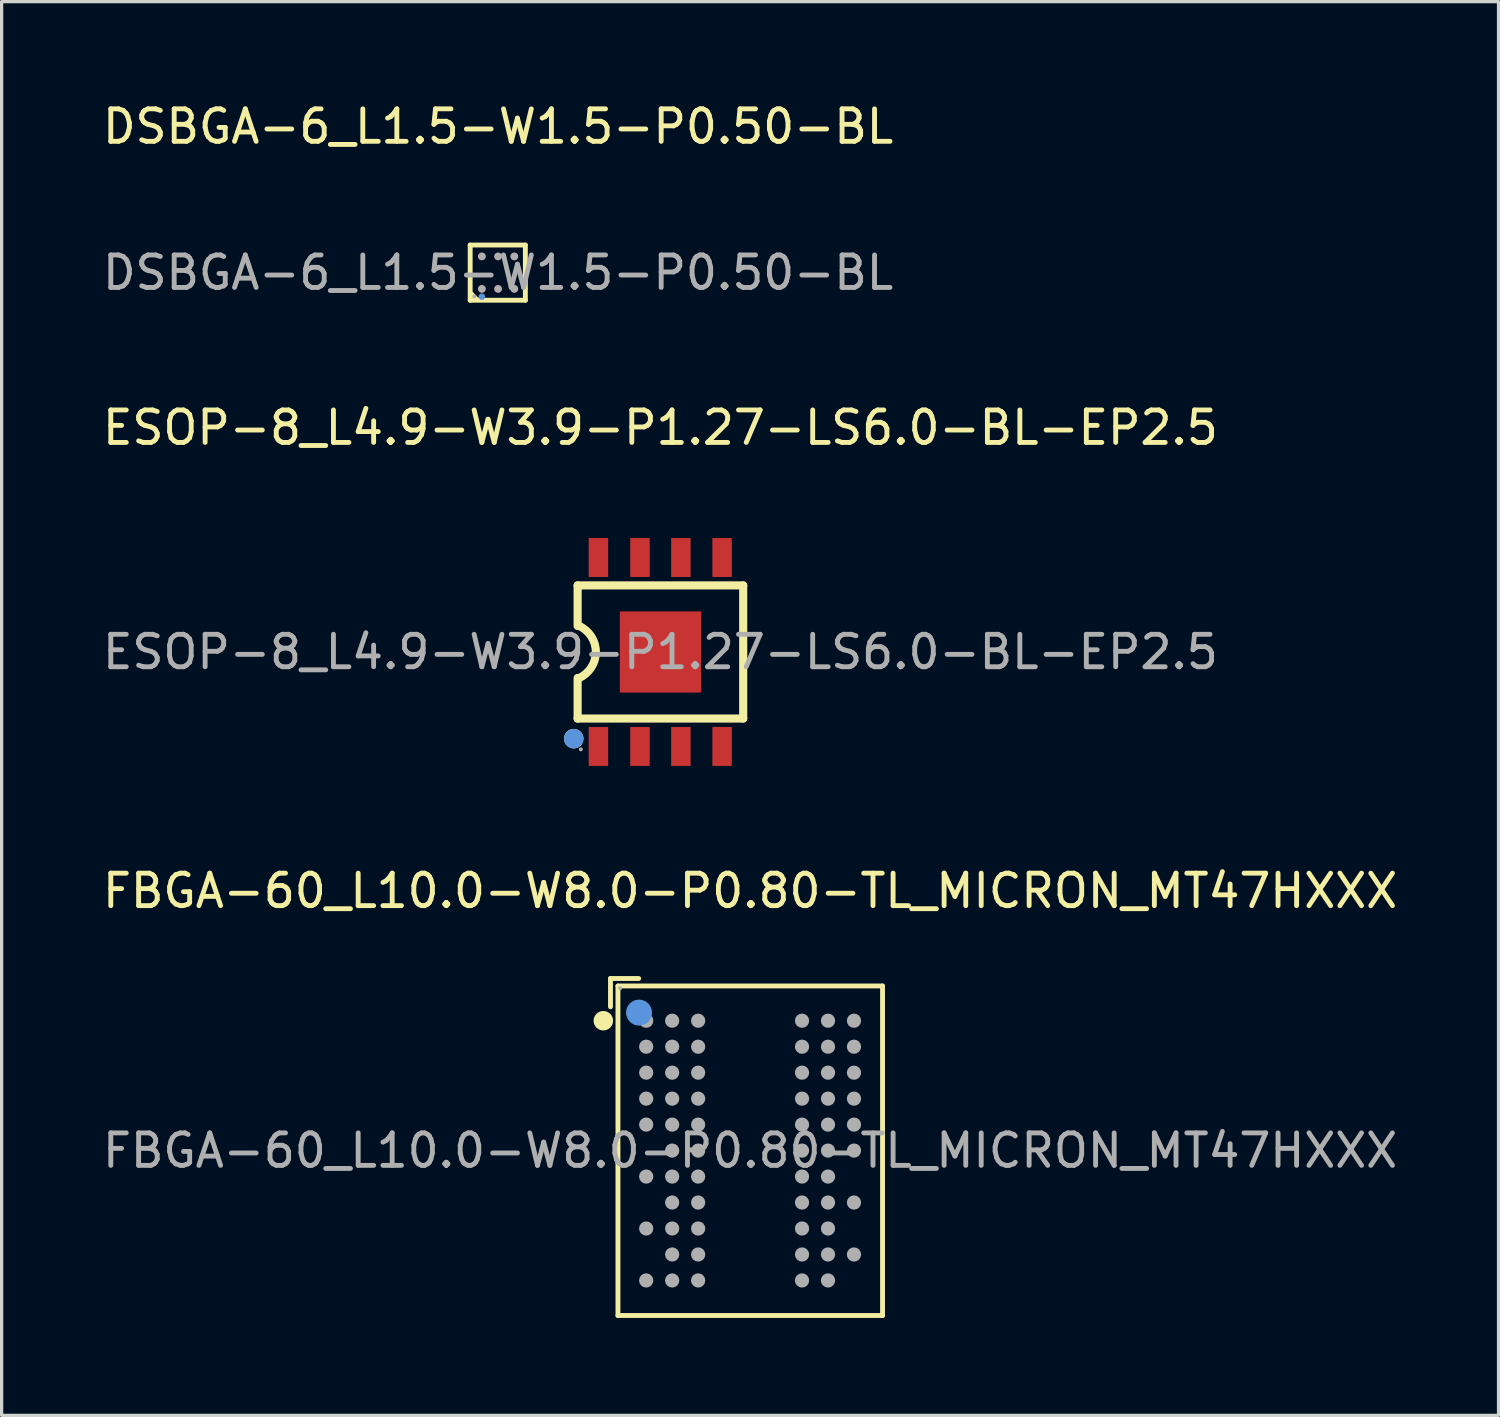
<source format=kicad_pcb>
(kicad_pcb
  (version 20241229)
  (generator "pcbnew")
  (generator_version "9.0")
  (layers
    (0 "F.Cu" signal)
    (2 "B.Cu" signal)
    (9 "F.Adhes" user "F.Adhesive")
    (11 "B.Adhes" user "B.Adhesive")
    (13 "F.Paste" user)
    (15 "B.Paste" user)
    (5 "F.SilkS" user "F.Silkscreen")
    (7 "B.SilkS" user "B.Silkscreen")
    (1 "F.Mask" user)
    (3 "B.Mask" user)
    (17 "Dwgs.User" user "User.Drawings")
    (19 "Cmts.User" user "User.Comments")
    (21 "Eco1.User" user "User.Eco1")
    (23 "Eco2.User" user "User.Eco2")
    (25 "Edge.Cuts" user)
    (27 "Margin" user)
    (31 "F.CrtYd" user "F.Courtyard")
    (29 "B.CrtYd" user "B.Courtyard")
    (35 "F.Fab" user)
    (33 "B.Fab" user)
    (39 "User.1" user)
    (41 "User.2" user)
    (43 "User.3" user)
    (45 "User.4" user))
  (footprint "ESOP-8_L4.9-W3.9-P1.27-LS6.0-BL-EP2.5"
    (layer "F.Cu")
    (at 17.292 17.032)
    (property "Reference" "ESOP-8_L4.9-W3.9-P1.27-LS6.0-BL-EP2.5" (at 0 -6.91 0) (layer "F.SilkS") (effects (font (size 1 1) (thickness 0.15))))
    (attr smd)
    (fp_line (start -2.55 -2.05) (end 2.55 -2.05) (stroke (width 0.25) (type solid)) (layer "F.SilkS"))
    (fp_line (start -2.55 -0.8) (end -2.55 -2.05) (stroke (width 0.25) (type solid)) (layer "F.SilkS"))
    (fp_line (start -2.55 0.8) (end -2.55 2.05) (stroke (width 0.25) (type solid)) (layer "F.SilkS"))
    (fp_line (start 2.55 -2.05) (end 2.55 2.05) (stroke (width 0.25) (type solid)) (layer "F.SilkS"))
    (fp_line (start 2.55 2.05) (end -2.55 2.05) (stroke (width 0.25) (type solid)) (layer "F.SilkS"))
    (fp_arc (start -2.505609 -0.80257) (mid -1.988586 -0.003085) (end -2.5 0.8) (stroke (width 0.25) (type solid)) (layer "F.SilkS"))
    (fp_circle (center -2.67 2.67) (end -2.52 2.67) (stroke (width 0.3) (type solid)) (fill no) (layer "F.SilkS"))
    (fp_circle (center -2.67 2.67) (end -2.52 2.67) (stroke (width 0.3) (type solid)) (fill no) (layer "Cmts.User"))
    (fp_circle (center -2.45 3) (end -2.42 3) (stroke (width 0.06) (type solid)) (fill no) (layer "F.Fab"))
    (fp_text user "${REFERENCE}" (at 0 0 0) (layer "F.Fab") (effects (font (size 1 1) (thickness 0.15))))
    (pad "1" smd rect (at -1.91 2.91) (size 0.6 1.2) (layers "F.Cu" "F.Mask" "F.Paste"))
    (pad "2" smd rect (at -0.63 2.91) (size 0.6 1.2) (layers "F.Cu" "F.Mask" "F.Paste"))
    (pad "3" smd rect (at 0.63 2.91) (size 0.6 1.2) (layers "F.Cu" "F.Mask" "F.Paste"))
    (pad "4" smd rect (at 1.9 2.91) (size 0.6 1.2) (layers "F.Cu" "F.Mask" "F.Paste"))
    (pad "5" smd rect (at 1.9 -2.91) (size 0.6 1.2) (layers "F.Cu" "F.Mask" "F.Paste"))
    (pad "6" smd rect (at 0.63 -2.91) (size 0.6 1.2) (layers "F.Cu" "F.Mask" "F.Paste"))
    (pad "7" smd rect (at -0.63 -2.91) (size 0.6 1.2) (layers "F.Cu" "F.Mask" "F.Paste"))
    (pad "8" smd rect (at -1.91 -2.91) (size 0.6 1.2) (layers "F.Cu" "F.Mask" "F.Paste"))
    (pad "9" smd rect (at 0 0 180) (size 2.5 2.5) (layers "F.Cu" "F.Mask" "F.Paste")))
  (footprint "FBGA-60_L10.0-W8.0-P0.80-TL_MICRON_MT47HXXX"
    (layer "F.Cu")
    (at 20.054 32.39)
    (property "Reference" "FBGA-60_L10.0-W8.0-P0.80-TL_MICRON_MT47HXXX" (at 0 -8 0) (layer "F.SilkS") (effects (font (size 1 1) (thickness 0.15))))
    (attr smd)
    (fp_line (start -4.3 -5.3) (end -4.3 -4.43) (stroke (width 0.15) (type solid)) (layer "F.SilkS"))
    (fp_line (start -4.07 -5.07) (end 4.08 -5.07) (stroke (width 0.15) (type solid)) (layer "F.SilkS"))
    (fp_line (start -4.07 5.08) (end -4.07 -5.07) (stroke (width 0.15) (type solid)) (layer "F.SilkS"))
    (fp_line (start -3.43 -5.3) (end -4.3 -5.3) (stroke (width 0.15) (type solid)) (layer "F.SilkS"))
    (fp_line (start 4.08 -5.07) (end 4.08 5.08) (stroke (width 0.15) (type solid)) (layer "F.SilkS"))
    (fp_line (start 4.08 5.08) (end -4.07 5.08) (stroke (width 0.15) (type solid)) (layer "F.SilkS"))
    (fp_circle (center -4.52 -4) (end -4.37 -4) (stroke (width 0.3) (type solid)) (fill no) (layer "F.SilkS"))
    (fp_circle (center -3.42 -4.25) (end -3.22 -4.25) (stroke (width 0.4) (type solid)) (fill no) (layer "Cmts.User"))
    (fp_circle (center -4 -5) (end -3.97 -5) (stroke (width 0.06) (type solid)) (fill no) (layer "F.Fab"))
    (fp_circle (center -3.2 -4) (end -3.09 -4) (stroke (width 0.22) (type solid)) (fill no) (layer "F.Fab"))
    (fp_circle (center -3.2 -3.2) (end -3.09 -3.2) (stroke (width 0.22) (type solid)) (fill no) (layer "F.Fab"))
    (fp_circle (center -3.2 -2.4) (end -3.09 -2.4) (stroke (width 0.22) (type solid)) (fill no) (layer "F.Fab"))
    (fp_circle (center -3.2 -1.6) (end -3.09 -1.6) (stroke (width 0.22) (type solid)) (fill no) (layer "F.Fab"))
    (fp_circle (center -3.2 -0.8) (end -3.09 -0.8) (stroke (width 0.22) (type solid)) (fill no) (layer "F.Fab"))
    (fp_circle (center -3.2 0.8) (end -3.09 0.8) (stroke (width 0.22) (type solid)) (fill no) (layer "F.Fab"))
    (fp_circle (center -3.2 2.4) (end -3.09 2.4) (stroke (width 0.22) (type solid)) (fill no) (layer "F.Fab"))
    (fp_circle (center -3.2 4) (end -3.09 4) (stroke (width 0.22) (type solid)) (fill no) (layer "F.Fab"))
    (fp_circle (center -2.4 -4) (end -2.29 -4) (stroke (width 0.22) (type solid)) (fill no) (layer "F.Fab"))
    (fp_circle (center -2.4 -3.2) (end -2.29 -3.2) (stroke (width 0.22) (type solid)) (fill no) (layer "F.Fab"))
    (fp_circle (center -2.4 -2.4) (end -2.29 -2.4) (stroke (width 0.22) (type solid)) (fill no) (layer "F.Fab"))
    (fp_circle (center -2.4 -1.6) (end -2.29 -1.6) (stroke (width 0.22) (type solid)) (fill no) (layer "F.Fab"))
    (fp_circle (center -2.4 -0.8) (end -2.29 -0.8) (stroke (width 0.22) (type solid)) (fill no) (layer "F.Fab"))
    (fp_circle (center -2.4 0) (end -2.29 0) (stroke (width 0.22) (type solid)) (fill no) (layer "F.Fab"))
    (fp_circle (center -2.4 0.8) (end -2.29 0.8) (stroke (width 0.22) (type solid)) (fill no) (layer "F.Fab"))
    (fp_circle (center -2.4 1.6) (end -2.29 1.6) (stroke (width 0.22) (type solid)) (fill no) (layer "F.Fab"))
    (fp_circle (center -2.4 2.4) (end -2.29 2.4) (stroke (width 0.22) (type solid)) (fill no) (layer "F.Fab"))
    (fp_circle (center -2.4 3.2) (end -2.29 3.2) (stroke (width 0.22) (type solid)) (fill no) (layer "F.Fab"))
    (fp_circle (center -2.4 4) (end -2.29 4) (stroke (width 0.22) (type solid)) (fill no) (layer "F.Fab"))
    (fp_circle (center -1.6 -4) (end -1.49 -4) (stroke (width 0.22) (type solid)) (fill no) (layer "F.Fab"))
    (fp_circle (center -1.6 -3.2) (end -1.49 -3.2) (stroke (width 0.22) (type solid)) (fill no) (layer "F.Fab"))
    (fp_circle (center -1.6 -2.4) (end -1.49 -2.4) (stroke (width 0.22) (type solid)) (fill no) (layer "F.Fab"))
    (fp_circle (center -1.6 -1.6) (end -1.49 -1.6) (stroke (width 0.22) (type solid)) (fill no) (layer "F.Fab"))
    (fp_circle (center -1.6 -0.8) (end -1.49 -0.8) (stroke (width 0.22) (type solid)) (fill no) (layer "F.Fab"))
    (fp_circle (center -1.6 0) (end -1.49 0) (stroke (width 0.22) (type solid)) (fill no) (layer "F.Fab"))
    (fp_circle (center -1.6 0.8) (end -1.49 0.8) (stroke (width 0.22) (type solid)) (fill no) (layer "F.Fab"))
    (fp_circle (center -1.6 1.6) (end -1.49 1.6) (stroke (width 0.22) (type solid)) (fill no) (layer "F.Fab"))
    (fp_circle (center -1.6 2.4) (end -1.49 2.4) (stroke (width 0.22) (type solid)) (fill no) (layer "F.Fab"))
    (fp_circle (center -1.6 3.2) (end -1.49 3.2) (stroke (width 0.22) (type solid)) (fill no) (layer "F.Fab"))
    (fp_circle (center -1.6 4) (end -1.49 4) (stroke (width 0.22) (type solid)) (fill no) (layer "F.Fab"))
    (fp_circle (center 1.6 -4) (end 1.71 -4) (stroke (width 0.22) (type solid)) (fill no) (layer "F.Fab"))
    (fp_circle (center 1.6 -3.2) (end 1.71 -3.2) (stroke (width 0.22) (type solid)) (fill no) (layer "F.Fab"))
    (fp_circle (center 1.6 -2.4) (end 1.71 -2.4) (stroke (width 0.22) (type solid)) (fill no) (layer "F.Fab"))
    (fp_circle (center 1.6 -1.6) (end 1.71 -1.6) (stroke (width 0.22) (type solid)) (fill no) (layer "F.Fab"))
    (fp_circle (center 1.6 -0.8) (end 1.71 -0.8) (stroke (width 0.22) (type solid)) (fill no) (layer "F.Fab"))
    (fp_circle (center 1.6 0) (end 1.71 0) (stroke (width 0.22) (type solid)) (fill no) (layer "F.Fab"))
    (fp_circle (center 1.6 0.8) (end 1.71 0.8) (stroke (width 0.22) (type solid)) (fill no) (layer "F.Fab"))
    (fp_circle (center 1.6 1.6) (end 1.71 1.6) (stroke (width 0.22) (type solid)) (fill no) (layer "F.Fab"))
    (fp_circle (center 1.6 2.4) (end 1.71 2.4) (stroke (width 0.22) (type solid)) (fill no) (layer "F.Fab"))
    (fp_circle (center 1.6 3.2) (end 1.71 3.2) (stroke (width 0.22) (type solid)) (fill no) (layer "F.Fab"))
    (fp_circle (center 1.6 4) (end 1.71 4) (stroke (width 0.22) (type solid)) (fill no) (layer "F.Fab"))
    (fp_circle (center 2.4 -4) (end 2.51 -4) (stroke (width 0.22) (type solid)) (fill no) (layer "F.Fab"))
    (fp_circle (center 2.4 -3.2) (end 2.51 -3.2) (stroke (width 0.22) (type solid)) (fill no) (layer "F.Fab"))
    (fp_circle (center 2.4 -2.4) (end 2.51 -2.4) (stroke (width 0.22) (type solid)) (fill no) (layer "F.Fab"))
    (fp_circle (center 2.4 -1.6) (end 2.51 -1.6) (stroke (width 0.22) (type solid)) (fill no) (layer "F.Fab"))
    (fp_circle (center 2.4 -0.8) (end 2.51 -0.8) (stroke (width 0.22) (type solid)) (fill no) (layer "F.Fab"))
    (fp_circle (center 2.4 0) (end 2.51 0) (stroke (width 0.22) (type solid)) (fill no) (layer "F.Fab"))
    (fp_circle (center 2.4 0.8) (end 2.51 0.8) (stroke (width 0.22) (type solid)) (fill no) (layer "F.Fab"))
    (fp_circle (center 2.4 1.6) (end 2.51 1.6) (stroke (width 0.22) (type solid)) (fill no) (layer "F.Fab"))
    (fp_circle (center 2.4 2.4) (end 2.51 2.4) (stroke (width 0.22) (type solid)) (fill no) (layer "F.Fab"))
    (fp_circle (center 2.4 3.2) (end 2.51 3.2) (stroke (width 0.22) (type solid)) (fill no) (layer "F.Fab"))
    (fp_circle (center 2.4 4) (end 2.51 4) (stroke (width 0.22) (type solid)) (fill no) (layer "F.Fab"))
    (fp_circle (center 3.2 -4) (end 3.31 -4) (stroke (width 0.22) (type solid)) (fill no) (layer "F.Fab"))
    (fp_circle (center 3.2 -3.2) (end 3.31 -3.2) (stroke (width 0.22) (type solid)) (fill no) (layer "F.Fab"))
    (fp_circle (center 3.2 -2.4) (end 3.31 -2.4) (stroke (width 0.22) (type solid)) (fill no) (layer "F.Fab"))
    (fp_circle (center 3.2 -1.6) (end 3.31 -1.6) (stroke (width 0.22) (type solid)) (fill no) (layer "F.Fab"))
    (fp_circle (center 3.2 -0.8) (end 3.31 -0.8) (stroke (width 0.22) (type solid)) (fill no) (layer "F.Fab"))
    (fp_circle (center 3.2 0) (end 3.31 0) (stroke (width 0.22) (type solid)) (fill no) (layer "F.Fab"))
    (fp_circle (center 3.2 1.6) (end 3.31 1.6) (stroke (width 0.22) (type solid)) (fill no) (layer "F.Fab"))
    (fp_circle (center 3.2 3.2) (end 3.31 3.2) (stroke (width 0.22) (type solid)) (fill no) (layer "F.Fab"))
    (fp_text user "${REFERENCE}" (at 0 0 0) (layer "F.Fab") (effects (font (size 1 1) (thickness 0.15))))
    (pad "A1" smd circle (at -3.2 -4 270) (size 0.36 0.36) (layers "F.Cu" "F.Mask" "F.Paste"))
    (pad "A2" smd circle (at -2.4 -4 270) (size 0.36 0.36) (layers "F.Cu" "F.Mask" "F.Paste"))
    (pad "A3" smd circle (at -1.6 -4 270) (size 0.36 0.36) (layers "F.Cu" "F.Mask" "F.Paste"))
    (pad "A7" smd circle (at 1.6 -4 270) (size 0.36 0.36) (layers "F.Cu" "F.Mask" "F.Paste"))
    (pad "A8" smd circle (at 2.4 -4 270) (size 0.36 0.36) (layers "F.Cu" "F.Mask" "F.Paste"))
    (pad "A9" smd circle (at 3.2 -4 270) (size 0.36 0.36) (layers "F.Cu" "F.Mask" "F.Paste"))
    (pad "B1" smd circle (at -3.2 -3.2 270) (size 0.36 0.36) (layers "F.Cu" "F.Mask" "F.Paste"))
    (pad "B2" smd circle (at -2.4 -3.2 270) (size 0.36 0.36) (layers "F.Cu" "F.Mask" "F.Paste"))
    (pad "B3" smd circle (at -1.6 -3.2 270) (size 0.36 0.36) (layers "F.Cu" "F.Mask" "F.Paste"))
    (pad "B7" smd circle (at 1.6 -3.2 270) (size 0.36 0.36) (layers "F.Cu" "F.Mask" "F.Paste"))
    (pad "B8" smd circle (at 2.4 -3.2 270) (size 0.36 0.36) (layers "F.Cu" "F.Mask" "F.Paste"))
    (pad "B9" smd circle (at 3.2 -3.2 270) (size 0.36 0.36) (layers "F.Cu" "F.Mask" "F.Paste"))
    (pad "C1" smd circle (at -3.2 -2.4 270) (size 0.36 0.36) (layers "F.Cu" "F.Mask" "F.Paste"))
    (pad "C2" smd circle (at -2.4 -2.4 270) (size 0.36 0.36) (layers "F.Cu" "F.Mask" "F.Paste"))
    (pad "C3" smd circle (at -1.6 -2.4 270) (size 0.36 0.36) (layers "F.Cu" "F.Mask" "F.Paste"))
    (pad "C7" smd circle (at 1.6 -2.4 270) (size 0.36 0.36) (layers "F.Cu" "F.Mask" "F.Paste"))
    (pad "C8" smd circle (at 2.4 -2.4 270) (size 0.36 0.36) (layers "F.Cu" "F.Mask" "F.Paste"))
    (pad "C9" smd circle (at 3.2 -2.4 270) (size 0.36 0.36) (layers "F.Cu" "F.Mask" "F.Paste"))
    (pad "D1" smd circle (at -3.2 -1.6 270) (size 0.36 0.36) (layers "F.Cu" "F.Mask" "F.Paste"))
    (pad "D2" smd circle (at -2.4 -1.6 270) (size 0.36 0.36) (layers "F.Cu" "F.Mask" "F.Paste"))
    (pad "D3" smd circle (at -1.6 -1.6 270) (size 0.36 0.36) (layers "F.Cu" "F.Mask" "F.Paste"))
    (pad "D7" smd circle (at 1.6 -1.6 270) (size 0.36 0.36) (layers "F.Cu" "F.Mask" "F.Paste"))
    (pad "D8" smd circle (at 2.4 -1.6 270) (size 0.36 0.36) (layers "F.Cu" "F.Mask" "F.Paste"))
    (pad "D9" smd circle (at 3.2 -1.6 270) (size 0.36 0.36) (layers "F.Cu" "F.Mask" "F.Paste"))
    (pad "E1" smd circle (at -3.2 -0.8 270) (size 0.36 0.36) (layers "F.Cu" "F.Mask" "F.Paste"))
    (pad "E2" smd circle (at -2.4 -0.8 270) (size 0.36 0.36) (layers "F.Cu" "F.Mask" "F.Paste"))
    (pad "E3" smd circle (at -1.6 -0.8 270) (size 0.36 0.36) (layers "F.Cu" "F.Mask" "F.Paste"))
    (pad "E7" smd circle (at 1.6 -0.8 270) (size 0.36 0.36) (layers "F.Cu" "F.Mask" "F.Paste"))
    (pad "E8" smd circle (at 2.4 -0.8 270) (size 0.36 0.36) (layers "F.Cu" "F.Mask" "F.Paste"))
    (pad "E9" smd circle (at 3.2 -0.8 270) (size 0.36 0.36) (layers "F.Cu" "F.Mask" "F.Paste"))
    (pad "F2" smd circle (at -2.4 0 270) (size 0.36 0.36) (layers "F.Cu" "F.Mask" "F.Paste"))
    (pad "F3" smd circle (at -1.6 0 270) (size 0.36 0.36) (layers "F.Cu" "F.Mask" "F.Paste"))
    (pad "F7" smd circle (at 1.6 0 270) (size 0.36 0.36) (layers "F.Cu" "F.Mask" "F.Paste"))
    (pad "F8" smd circle (at 2.4 0 270) (size 0.36 0.36) (layers "F.Cu" "F.Mask" "F.Paste"))
    (pad "F9" smd circle (at 3.2 0 270) (size 0.36 0.36) (layers "F.Cu" "F.Mask" "F.Paste"))
    (pad "G1" smd circle (at -3.2 0.8 270) (size 0.36 0.36) (layers "F.Cu" "F.Mask" "F.Paste"))
    (pad "G2" smd circle (at -2.4 0.8 270) (size 0.36 0.36) (layers "F.Cu" "F.Mask" "F.Paste"))
    (pad "G3" smd circle (at -1.6 0.8 270) (size 0.36 0.36) (layers "F.Cu" "F.Mask" "F.Paste"))
    (pad "G7" smd circle (at 1.6 0.8 270) (size 0.36 0.36) (layers "F.Cu" "F.Mask" "F.Paste"))
    (pad "G8" smd circle (at 2.4 0.8 270) (size 0.36 0.36) (layers "F.Cu" "F.Mask" "F.Paste"))
    (pad "H2" smd circle (at -2.4 1.6 270) (size 0.36 0.36) (layers "F.Cu" "F.Mask" "F.Paste"))
    (pad "H3" smd circle (at -1.6 1.6 270) (size 0.36 0.36) (layers "F.Cu" "F.Mask" "F.Paste"))
    (pad "H7" smd circle (at 1.6 1.6 270) (size 0.36 0.36) (layers "F.Cu" "F.Mask" "F.Paste"))
    (pad "H8" smd circle (at 2.4 1.6 270) (size 0.36 0.36) (layers "F.Cu" "F.Mask" "F.Paste"))
    (pad "H9" smd circle (at 3.2 1.6 270) (size 0.36 0.36) (layers "F.Cu" "F.Mask" "F.Paste"))
    (pad "J1" smd circle (at -3.2 2.4 270) (size 0.36 0.36) (layers "F.Cu" "F.Mask" "F.Paste"))
    (pad "J2" smd circle (at -2.4 2.4 270) (size 0.36 0.36) (layers "F.Cu" "F.Mask" "F.Paste"))
    (pad "J3" smd circle (at -1.6 2.4 270) (size 0.36 0.36) (layers "F.Cu" "F.Mask" "F.Paste"))
    (pad "J7" smd circle (at 1.6 2.4 270) (size 0.36 0.36) (layers "F.Cu" "F.Mask" "F.Paste"))
    (pad "J8" smd circle (at 2.4 2.4 270) (size 0.36 0.36) (layers "F.Cu" "F.Mask" "F.Paste"))
    (pad "K2" smd circle (at -2.4 3.2 270) (size 0.36 0.36) (layers "F.Cu" "F.Mask" "F.Paste"))
    (pad "K3" smd circle (at -1.6 3.2 270) (size 0.36 0.36) (layers "F.Cu" "F.Mask" "F.Paste"))
    (pad "K7" smd circle (at 1.6 3.2 270) (size 0.36 0.36) (layers "F.Cu" "F.Mask" "F.Paste"))
    (pad "K8" smd circle (at 2.4 3.2 270) (size 0.36 0.36) (layers "F.Cu" "F.Mask" "F.Paste"))
    (pad "K9" smd circle (at 3.2 3.2 270) (size 0.36 0.36) (layers "F.Cu" "F.Mask" "F.Paste"))
    (pad "L1" smd circle (at -3.2 4 270) (size 0.36 0.36) (layers "F.Cu" "F.Mask" "F.Paste"))
    (pad "L2" smd circle (at -2.4 4 270) (size 0.36 0.36) (layers "F.Cu" "F.Mask" "F.Paste"))
    (pad "L3" smd circle (at -1.6 4 270) (size 0.36 0.36) (layers "F.Cu" "F.Mask" "F.Paste"))
    (pad "L7" smd circle (at 1.6 4 270) (size 0.36 0.36) (layers "F.Cu" "F.Mask" "F.Paste"))
    (pad "L8" smd circle (at 2.4 4 270) (size 0.36 0.36) (layers "F.Cu" "F.Mask" "F.Paste")))
  (footprint "DSBGA-6_L1.5-W1.5-P0.50-BL"
    (layer "F.Cu")
    (at 12.292 5.348)
    (property "Reference" "DSBGA-6_L1.5-W1.5-P0.50-BL" (at 0 -4.5 0) (layer "F.SilkS") (effects (font (size 1 1) (thickness 0.15))))
    (attr smd)
    (fp_line (start -0.86 -0.85) (end 0.84 -0.85) (stroke (width 0.15) (type solid)) (layer "F.SilkS"))
    (fp_line (start -0.86 0.85) (end -0.86 -0.85) (stroke (width 0.15) (type solid)) (layer "F.SilkS"))
    (fp_line (start -0.8 0.65) (end -0.8 0.8) (stroke (width 0.1) (type solid)) (layer "F.SilkS"))
    (fp_line (start -0.8 0.8) (end -0.65 0.8) (stroke (width 0.1) (type solid)) (layer "F.SilkS"))
    (fp_line (start -0.65 0.8) (end -0.8 0.65) (stroke (width 0.1) (type solid)) (layer "F.SilkS"))
    (fp_line (start 0.84 -0.85) (end 0.84 0.85) (stroke (width 0.15) (type solid)) (layer "F.SilkS"))
    (fp_line (start 0.84 0.85) (end -0.86 0.85) (stroke (width 0.15) (type solid)) (layer "F.SilkS"))
    (fp_circle (center -0.5 0.74) (end -0.45 0.74) (stroke (width 0.1) (type solid)) (fill no) (layer "Cmts.User"))
    (fp_circle (center -0.73 0.73) (end -0.7 0.73) (stroke (width 0.06) (type solid)) (fill no) (layer "F.Fab"))
    (fp_circle (center -0.5 -0.5) (end -0.44 -0.5) (stroke (width 0.12) (type solid)) (fill no) (layer "F.Fab"))
    (fp_circle (center -0.5 0.5) (end -0.44 0.5) (stroke (width 0.12) (type solid)) (fill no) (layer "F.Fab"))
    (fp_circle (center 0 -0.5) (end 0.06 -0.5) (stroke (width 0.12) (type solid)) (fill no) (layer "F.Fab"))
    (fp_circle (center 0 0.5) (end 0.06 0.5) (stroke (width 0.12) (type solid)) (fill no) (layer "F.Fab"))
    (fp_circle (center 0.5 -0.5) (end 0.56 -0.5) (stroke (width 0.12) (type solid)) (fill no) (layer "F.Fab"))
    (fp_circle (center 0.5 0.5) (end 0.56 0.5) (stroke (width 0.12) (type solid)) (fill no) (layer "F.Fab"))
    (fp_text user "${REFERENCE}" (at 0 0 0) (layer "F.Fab") (effects (font (size 1 1) (thickness 0.15))))
    (pad "A1" smd circle (at -0.5 0.5 90) (size 0.23 0.23) (layers "F.Cu" "F.Mask" "F.Paste"))
    (pad "A2" smd circle (at -0.5 -0.5 90) (size 0.23 0.23) (layers "F.Cu" "F.Mask" "F.Paste"))
    (pad "B1" smd circle (at 0 0.5 90) (size 0.23 0.23) (layers "F.Cu" "F.Mask" "F.Paste"))
    (pad "B2" smd circle (at 0 -0.5 90) (size 0.23 0.23) (layers "F.Cu" "F.Mask" "F.Paste"))
    (pad "C1" smd circle (at 0.5 0.5 90) (size 0.23 0.23) (layers "F.Cu" "F.Mask" "F.Paste"))
    (pad "C2" smd circle (at 0.5 -0.5 90) (size 0.23 0.23) (layers "F.Cu" "F.Mask" "F.Paste")))
  (gr_rect
    (start -3 -3)
    (end 43.107 40.545)
    (stroke (width 0.1) (type default))
    (fill no)
    (layer "Edge.Cuts")))
</source>
